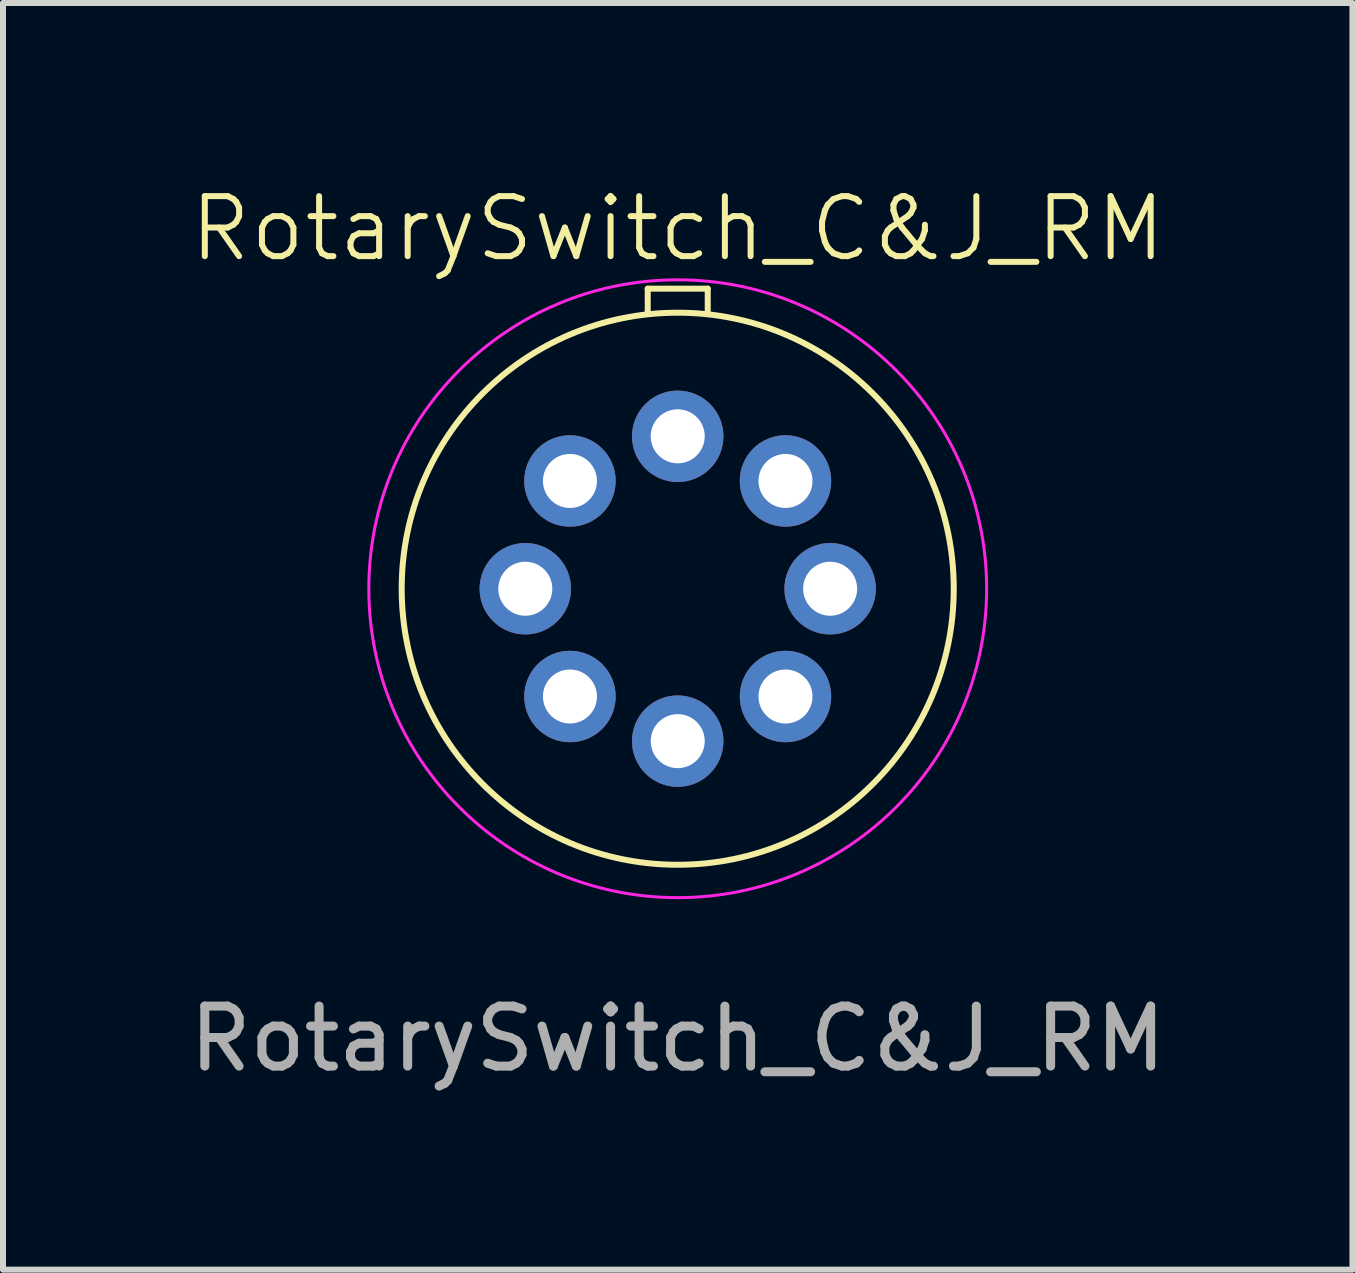
<source format=kicad_pcb>
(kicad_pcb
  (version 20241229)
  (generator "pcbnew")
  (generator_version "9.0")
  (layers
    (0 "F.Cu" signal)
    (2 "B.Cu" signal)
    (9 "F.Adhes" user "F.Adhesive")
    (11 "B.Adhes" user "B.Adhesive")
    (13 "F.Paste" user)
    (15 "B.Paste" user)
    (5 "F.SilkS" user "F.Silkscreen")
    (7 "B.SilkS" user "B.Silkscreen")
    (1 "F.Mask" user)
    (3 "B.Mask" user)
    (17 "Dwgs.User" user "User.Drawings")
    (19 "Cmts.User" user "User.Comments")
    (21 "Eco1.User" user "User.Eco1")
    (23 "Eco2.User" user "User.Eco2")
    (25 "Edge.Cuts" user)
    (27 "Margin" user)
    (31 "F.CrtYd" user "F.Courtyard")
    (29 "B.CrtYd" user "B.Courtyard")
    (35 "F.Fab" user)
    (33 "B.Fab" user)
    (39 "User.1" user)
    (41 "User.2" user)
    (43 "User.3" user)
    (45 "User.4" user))
  (footprint "RotarySwitch_C&J_RM"
    (layer "F.Cu")
    (at 8.244 6.761)
    (property "Reference" "RotarySwitch_C&J_RM" (at 0 -6 0) (unlocked yes) (layer "F.SilkS") (effects (font (size 1 1) (thickness 0.1))))
    (attr through_hole)
    (fp_line (start -0.5 -5) (end -0.5 -4.585) (stroke (width 0.1) (type default)) (layer "F.SilkS"))
    (fp_line (start -0.5 -5) (end 0.5 -5) (stroke (width 0.1) (type default)) (layer "F.SilkS"))
    (fp_line (start 0.5 -5) (end 0.5 -4.585) (stroke (width 0.1) (type default)) (layer "F.SilkS"))
    (fp_circle (center 0 0) (end 4.6 0) (stroke (width 0.1) (type default)) (fill no) (layer "F.SilkS"))
    (fp_circle (center 0 0) (end 4.5 -2.5) (stroke (width 0.05) (type default)) (fill no) (layer "F.CrtYd"))
    (fp_text user "${REFERENCE}" (at 0 7.5 0) (unlocked yes) (layer "F.Fab") (effects (font (size 1 1) (thickness 0.15))))
    (pad "1" thru_hole circle (at 1.796 -1.796) (size 1.524 1.524) (drill 0.9) (layers "*.Cu" "*.Mask"))
    (pad "2" thru_hole circle (at 2.54 0) (size 1.524 1.524) (drill 0.9) (layers "*.Cu" "*.Mask"))
    (pad "3" thru_hole circle (at 1.796 1.796) (size 1.524 1.524) (drill 0.9) (layers "*.Cu" "*.Mask"))
    (pad "4" thru_hole circle (at 0 2.54) (size 1.524 1.524) (drill 0.9) (layers "*.Cu" "*.Mask"))
    (pad "5" thru_hole circle (at -1.796 1.796) (size 1.524 1.524) (drill 0.9) (layers "*.Cu" "*.Mask"))
    (pad "6" thru_hole circle (at -2.54 0) (size 1.524 1.524) (drill 0.9) (layers "*.Cu" "*.Mask"))
    (pad "7" thru_hole circle (at -1.796 -1.796) (size 1.524 1.524) (drill 0.9) (layers "*.Cu" "*.Mask"))
    (pad "C" thru_hole circle (at 0 -2.54) (size 1.524 1.524) (drill 0.9) (layers "*.Cu" "*.Mask")))
  (gr_rect
    (start -3 -3)
    (end 19.488 18.109)
    (stroke (width 0.1) (type default))
    (fill no)
    (layer "Edge.Cuts")))
</source>
